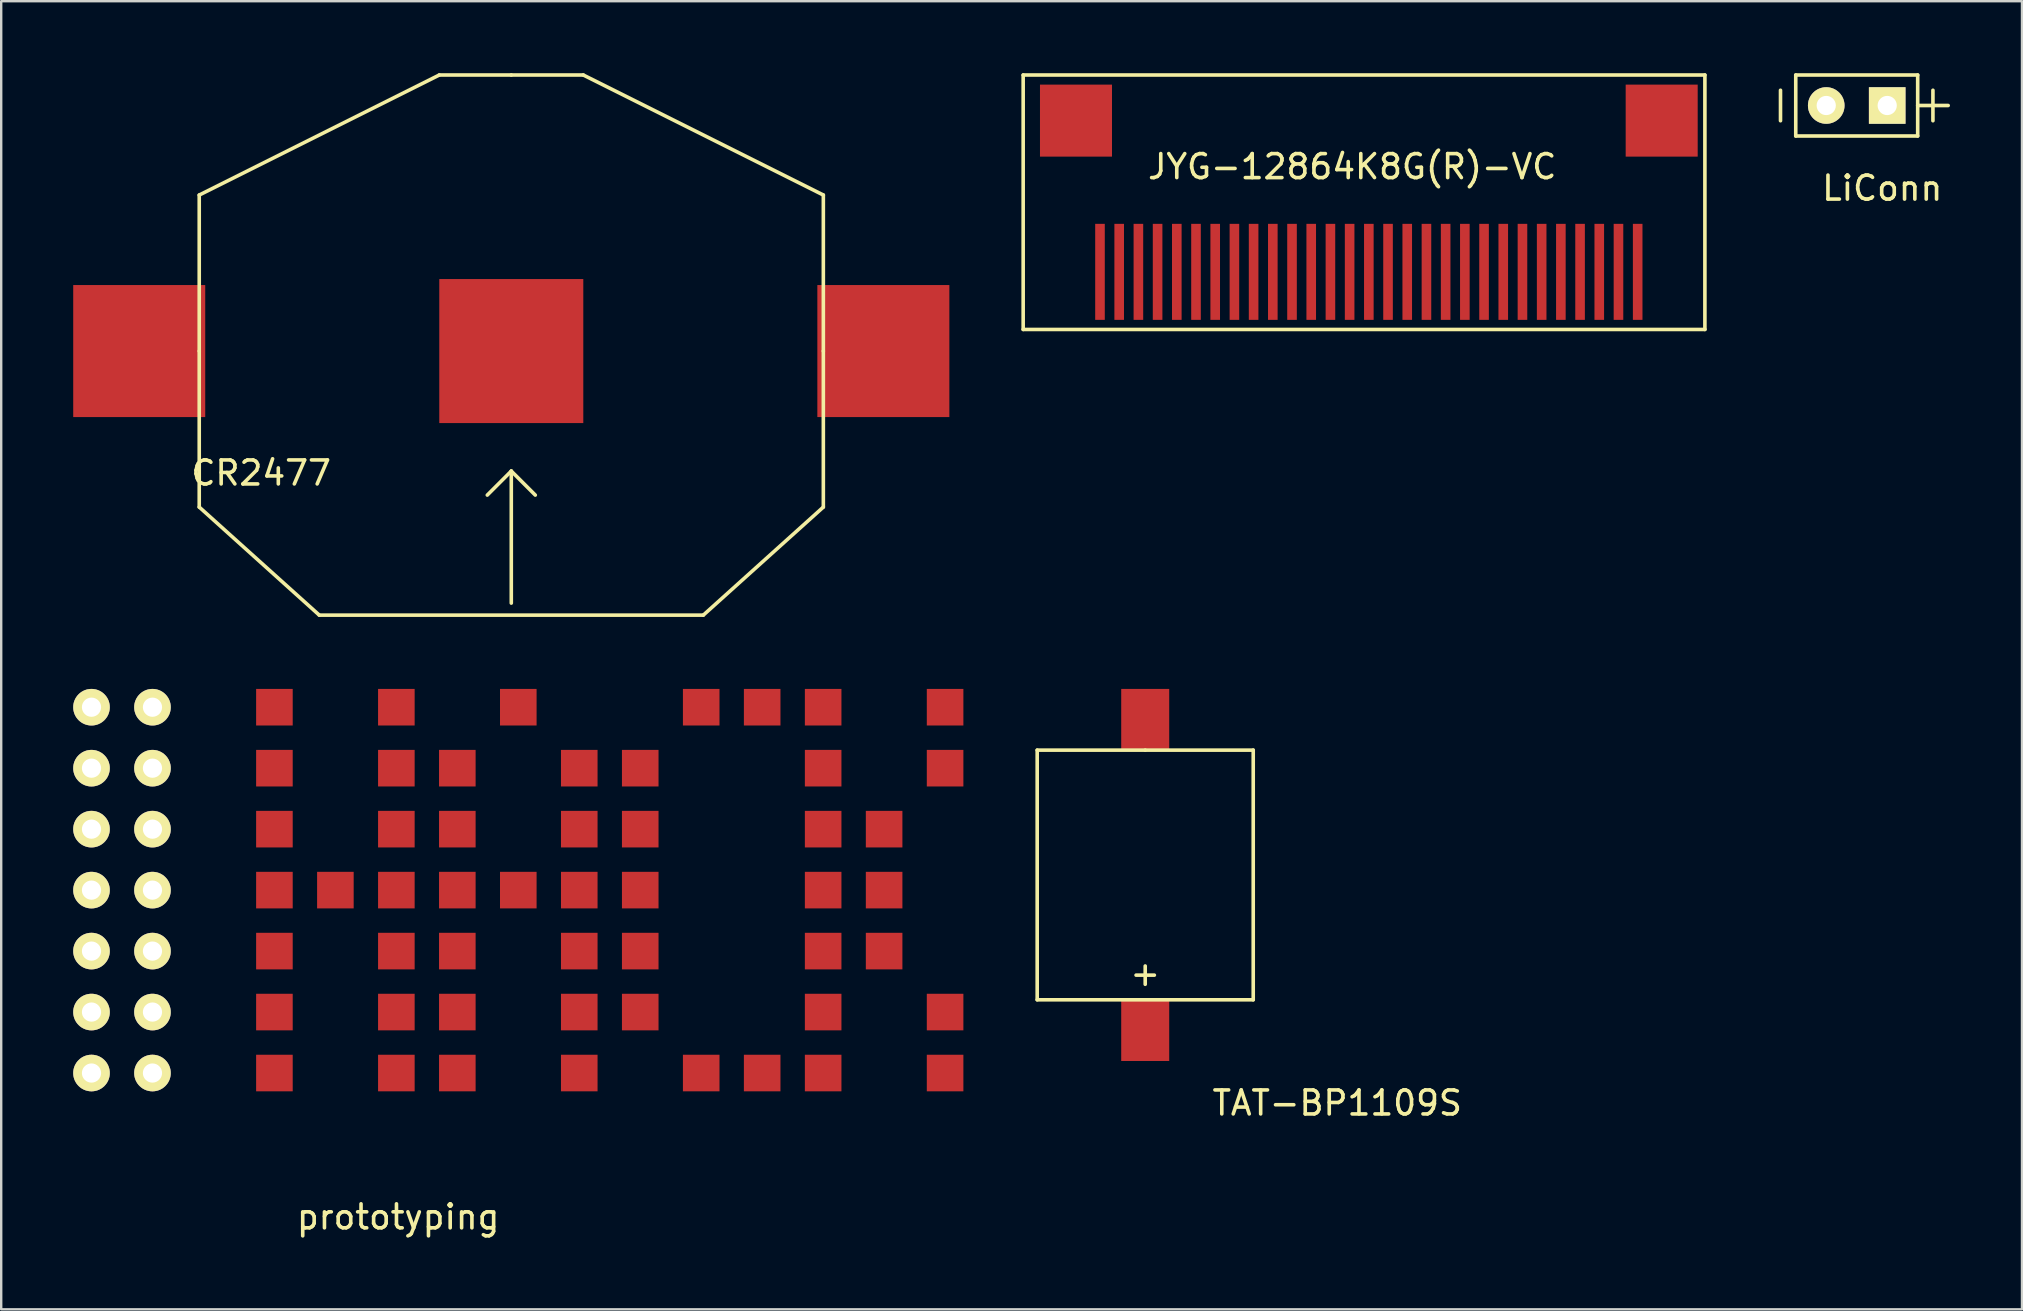
<source format=kicad_pcb>
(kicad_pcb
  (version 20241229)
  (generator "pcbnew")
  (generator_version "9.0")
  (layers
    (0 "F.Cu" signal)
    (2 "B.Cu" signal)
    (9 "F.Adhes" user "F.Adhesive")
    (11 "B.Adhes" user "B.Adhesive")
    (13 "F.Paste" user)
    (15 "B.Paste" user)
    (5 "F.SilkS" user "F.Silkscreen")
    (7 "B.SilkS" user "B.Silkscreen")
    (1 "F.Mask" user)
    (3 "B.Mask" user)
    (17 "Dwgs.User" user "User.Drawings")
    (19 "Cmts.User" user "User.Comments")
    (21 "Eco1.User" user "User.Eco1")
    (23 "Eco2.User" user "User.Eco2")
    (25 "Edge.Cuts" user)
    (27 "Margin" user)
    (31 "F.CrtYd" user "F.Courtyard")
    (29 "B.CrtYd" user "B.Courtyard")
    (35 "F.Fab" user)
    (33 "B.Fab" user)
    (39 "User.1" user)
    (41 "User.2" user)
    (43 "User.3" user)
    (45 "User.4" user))
  (footprint "prototyping"
    (layer "F.Cu")
    (at 10.922 46.732)
    (property "Reference" "prototyping" (at 2.616 0.914 0) (layer "F.SilkS") (effects (font (size 1 1) (thickness 0.15))))
    (attr through_hole)
    (pad "17" thru_hole circle (at -10.16 -5.08) (size 1.524 1.524) (drill 0.8) (layers "*.Cu" "*.Mask" "F.SilkS"))
    (pad "18" thru_hole circle (at -7.62 -5.08) (size 1.524 1.524) (drill 0.8) (layers "*.Cu" "*.Mask" "F.SilkS"))
    (pad "19" smd trapezoid (at -2.54 -17.78) (size 1.524 1.524) (layers "F.Cu" "F.Mask" "F.Paste"))
    (pad "20" smd trapezoid (at -2.54 -15.24) (size 1.524 1.524) (layers "F.Cu" "F.Mask" "F.Paste"))
    (pad "20" smd rect (at -2.54 -5.08) (size 1.524 1.524) (layers "F.Cu" "F.Mask" "F.Paste"))
    (pad "21" smd trapezoid (at -2.54 -12.7) (size 1.524 1.524) (layers "F.Cu" "F.Mask" "F.Paste"))
    (pad "22" smd trapezoid (at -2.54 -10.16) (size 1.524 1.524) (layers "F.Cu" "F.Mask" "F.Paste"))
    (pad "23" smd trapezoid (at -2.54 -7.62) (size 1.524 1.524) (layers "F.Cu" "F.Mask" "F.Paste"))
    (pad "24" smd trapezoid (at 0 -12.7) (size 1.524 1.524) (layers "F.Cu" "F.Mask" "F.Paste"))
    (pad "25" smd trapezoid (at 2.54 -12.7) (size 1.524 1.524) (layers "F.Cu" "F.Mask" "F.Paste"))
    (pad "26" smd trapezoid (at 2.54 -15.24) (size 1.524 1.524) (layers "F.Cu" "F.Mask" "F.Paste"))
    (pad "27" smd trapezoid (at 2.54 -17.78) (size 1.524 1.524) (layers "F.Cu" "F.Mask" "F.Paste"))
    (pad "28" smd trapezoid (at 2.54 -20.32) (size 1.524 1.524) (layers "F.Cu" "F.Mask" "F.Paste"))
    (pad "29" smd trapezoid (at 2.54 -10.16) (size 1.524 1.524) (layers "F.Cu" "F.Mask" "F.Paste"))
    (pad "30" smd trapezoid (at 2.54 -7.62) (size 1.524 1.524) (layers "F.Cu" "F.Mask" "F.Paste"))
    (pad "31" smd trapezoid (at 2.54 -5.08) (size 1.524 1.524) (layers "F.Cu" "F.Mask" "F.Paste"))
    (pad "31" smd trapezoid (at 25.4 -5.08) (size 1.524 1.524) (layers "F.Cu" "F.Mask" "F.Paste"))
    (pad "32" smd trapezoid (at 5.08 -5.08) (size 1.524 1.524) (layers "F.Cu" "F.Mask" "F.Paste"))
    (pad "33" thru_hole circle (at -10.16 -7.62) (size 1.524 1.524) (drill 0.8) (layers "*.Cu" "*.Mask" "F.SilkS"))
    (pad "33" smd trapezoid (at 5.08 -7.62) (size 1.524 1.524) (layers "F.Cu" "F.Mask" "F.Paste"))
    (pad "34" thru_hole circle (at -7.62 -7.62) (size 1.524 1.524) (drill 0.8) (layers "*.Cu" "*.Mask" "F.SilkS"))
    (pad "34" smd trapezoid (at 5.08 -10.16) (size 1.524 1.524) (layers "F.Cu" "F.Mask" "F.Paste"))
    (pad "35" smd trapezoid (at 5.08 -12.7) (size 1.524 1.524) (layers "F.Cu" "F.Mask" "F.Paste"))
    (pad "36" smd trapezoid (at 5.08 -15.24) (size 1.524 1.524) (layers "F.Cu" "F.Mask" "F.Paste"))
    (pad "37" smd trapezoid (at 7.62 -20.32) (size 1.524 1.524) (layers "F.Cu" "F.Mask" "F.Paste"))
    (pad "38" smd trapezoid (at 5.08 -17.78) (size 1.524 1.524) (layers "F.Cu" "F.Mask" "F.Paste"))
    (pad "39" smd trapezoid (at 10.16 -17.78) (size 1.524 1.524) (layers "F.Cu" "F.Mask" "F.Paste"))
    (pad "40" smd trapezoid (at 10.16 -15.24) (size 1.524 1.524) (layers "F.Cu" "F.Mask" "F.Paste"))
    (pad "41" smd trapezoid (at 10.16 -12.7) (size 1.524 1.524) (layers "F.Cu" "F.Mask" "F.Paste"))
    (pad "42" smd trapezoid (at 10.16 -10.16) (size 1.524 1.524) (layers "F.Cu" "F.Mask" "F.Paste"))
    (pad "43" smd trapezoid (at 10.16 -7.62) (size 1.524 1.524) (layers "F.Cu" "F.Mask" "F.Paste"))
    (pad "44" smd trapezoid (at 10.16 -5.08) (size 1.524 1.524) (layers "F.Cu" "F.Mask" "F.Paste"))
    (pad "45" smd trapezoid (at 7.62 -12.7) (size 1.524 1.524) (layers "F.Cu" "F.Mask" "F.Paste"))
    (pad "46" smd trapezoid (at 17.78 -20.32) (size 1.524 1.524) (layers "F.Cu" "F.Mask" "F.Paste"))
    (pad "47" smd trapezoid (at 15.24 -20.32) (size 1.524 1.524) (layers "F.Cu" "F.Mask" "F.Paste"))
    (pad "48" smd trapezoid (at 12.7 -17.78) (size 1.524 1.524) (layers "F.Cu" "F.Mask" "F.Paste"))
    (pad "49" thru_hole circle (at -10.16 -10.16) (size 1.524 1.524) (drill 0.8) (layers "*.Cu" "*.Mask" "F.SilkS"))
    (pad "49" smd trapezoid (at 12.7 -15.24) (size 1.524 1.524) (layers "F.Cu" "F.Mask" "F.Paste"))
    (pad "50" thru_hole circle (at -7.62 -10.16) (size 1.524 1.524) (drill 0.8) (layers "*.Cu" "*.Mask" "F.SilkS"))
    (pad "50" smd trapezoid (at 12.7 -12.7) (size 1.524 1.524) (layers "F.Cu" "F.Mask" "F.Paste"))
    (pad "51" smd trapezoid (at 12.7 -10.16) (size 1.524 1.524) (layers "F.Cu" "F.Mask" "F.Paste"))
    (pad "52" smd trapezoid (at 12.7 -7.62) (size 1.524 1.524) (layers "F.Cu" "F.Mask" "F.Paste"))
    (pad "53" smd trapezoid (at 15.24 -5.08) (size 1.524 1.524) (layers "F.Cu" "F.Mask" "F.Paste"))
    (pad "54" smd trapezoid (at 17.78 -5.08) (size 1.524 1.524) (layers "F.Cu" "F.Mask" "F.Paste"))
    (pad "55" smd trapezoid (at 20.32 -20.32) (size 1.524 1.524) (layers "F.Cu" "F.Mask" "F.Paste"))
    (pad "56" smd trapezoid (at 20.32 -17.78) (size 1.524 1.524) (layers "F.Cu" "F.Mask" "F.Paste"))
    (pad "57" smd trapezoid (at 20.32 -15.24) (size 1.524 1.524) (layers "F.Cu" "F.Mask" "F.Paste"))
    (pad "58" smd trapezoid (at 20.32 -12.7) (size 1.524 1.524) (layers "F.Cu" "F.Mask" "F.Paste"))
    (pad "59" smd trapezoid (at 20.32 -10.16) (size 1.524 1.524) (layers "F.Cu" "F.Mask" "F.Paste"))
    (pad "60" smd trapezoid (at 20.32 -7.62) (size 1.524 1.524) (layers "F.Cu" "F.Mask" "F.Paste"))
    (pad "61" smd trapezoid (at 20.32 -5.08) (size 1.524 1.524) (layers "F.Cu" "F.Mask" "F.Paste"))
    (pad "63" smd trapezoid (at 22.86 -15.24) (size 1.524 1.524) (layers "F.Cu" "F.Mask" "F.Paste"))
    (pad "64" smd trapezoid (at 22.86 -12.7) (size 1.524 1.524) (layers "F.Cu" "F.Mask" "F.Paste"))
    (pad "65" thru_hole circle (at -10.16 -12.7) (size 1.524 1.524) (drill 0.8) (layers "*.Cu" "*.Mask" "F.SilkS"))
    (pad "65" smd trapezoid (at 22.86 -10.16) (size 1.524 1.524) (layers "F.Cu" "F.Mask" "F.Paste"))
    (pad "66" thru_hole circle (at -7.62 -12.7) (size 1.524 1.524) (drill 0.8) (layers "*.Cu" "*.Mask" "F.SilkS"))
    (pad "66" smd trapezoid (at 25.4 -7.62) (size 1.524 1.524) (layers "F.Cu" "F.Mask" "F.Paste"))
    (pad "67" smd trapezoid (at 25.4 -17.78) (size 1.524 1.524) (layers "F.Cu" "F.Mask" "F.Paste"))
    (pad "81" thru_hole circle (at -10.16 -15.24) (size 1.524 1.524) (drill 0.8) (layers "*.Cu" "*.Mask" "F.SilkS"))
    (pad "82" thru_hole circle (at -7.62 -15.24) (size 1.524 1.524) (drill 0.8) (layers "*.Cu" "*.Mask" "F.SilkS"))
    (pad "97" thru_hole circle (at -10.16 -17.78) (size 1.524 1.524) (drill 0.8) (layers "*.Cu" "*.Mask" "F.SilkS"))
    (pad "98" thru_hole circle (at -7.62 -17.78) (size 1.524 1.524) (drill 0.8) (layers "*.Cu" "*.Mask" "F.SilkS"))
    (pad "113" thru_hole circle (at -10.16 -20.32) (size 1.524 1.524) (drill 0.8) (layers "*.Cu" "*.Mask" "F.SilkS"))
    (pad "114" thru_hole circle (at -7.62 -20.32) (size 1.524 1.524) (drill 0.8) (layers "*.Cu" "*.Mask" "F.SilkS"))
    (pad "116" smd trapezoid (at -2.54 -20.32) (size 1.524 1.524) (layers "F.Cu" "F.Mask" "F.Paste"))
    (pad "127" smd rect (at 25.4 -20.32) (size 1.524 1.524) (layers "F.Cu" "F.Mask" "F.Paste")))
  (footprint "TAT-BP1109S"
    (layer "F.Cu")
    (at 44.659 41.9)
    (property "Reference" "TAT-BP1109S" (at 8 1 0) (layer "F.SilkS") (effects (font (size 1 1) (thickness 0.15))))
    (attr through_hole)
    (fp_line (start -4.5 -13.7) (end -4.5 -3.3) (stroke (width 0.15) (type solid)) (layer "F.SilkS"))
    (fp_line (start -4.5 -3.3) (end 4.5 -3.3) (stroke (width 0.15) (type solid)) (layer "F.SilkS"))
    (fp_line (start 0 -13.7) (end -4.5 -13.7) (stroke (width 0.15) (type solid)) (layer "F.SilkS"))
    (fp_line (start 4.5 -13.7) (end 0 -13.7) (stroke (width 0.15) (type solid)) (layer "F.SilkS"))
    (fp_line (start 4.5 -3.3) (end 4.5 -13.7) (stroke (width 0.15) (type solid)) (layer "F.SilkS"))
    (fp_text user "+" (at 0 -4.4 0) (layer "F.SilkS") (effects (font (size 1 1) (thickness 0.15))))
    (pad "1" smd rect (at 0 -2) (size 2 2.5) (layers "F.Cu" "F.Mask" "F.Paste"))
    (pad "2" smd rect (at 0 -15) (size 2 2.5) (layers "F.Cu" "F.Mask" "F.Paste")))
  (footprint "JYG-12864K8G(R)-VC"
    (layer "F.Cu")
    (at 52.775 12.275)
    (property "Reference" "JYG-12864K8G(R)-VC" (at 0.508 -8.382 0) (layer "F.SilkS") (effects (font (size 1 1) (thickness 0.15))))
    (attr through_hole)
    (fp_line (start -13.2 -12.2) (end 15.2 -12.2) (stroke (width 0.15) (type solid)) (layer "F.SilkS"))
    (fp_line (start -13.2 -1.6) (end -13.2 -12.2) (stroke (width 0.15) (type solid)) (layer "F.SilkS"))
    (fp_line (start 15.2 -12.2) (end 15.2 -1.6) (stroke (width 0.15) (type solid)) (layer "F.SilkS"))
    (fp_line (start 15.2 -1.6) (end -13.2 -1.6) (stroke (width 0.15) (type solid)) (layer "F.SilkS"))
    (pad "0" smd rect (at 12.4 -4) (size 0.4 4) (layers "F.Cu" "F.Mask" "F.Paste"))
    (pad "1" smd rect (at 11.6 -4) (size 0.4 4) (layers "F.Cu" "F.Mask" "F.Paste"))
    (pad "2" smd rect (at 10.8 -4) (size 0.4 4) (layers "F.Cu" "F.Mask" "F.Paste"))
    (pad "3" smd rect (at 10 -4) (size 0.4 4) (layers "F.Cu" "F.Mask" "F.Paste"))
    (pad "4" smd rect (at 9.2 -4) (size 0.4 4) (layers "F.Cu" "F.Mask" "F.Paste"))
    (pad "5" smd rect (at 8.4 -4) (size 0.4 4) (layers "F.Cu" "F.Mask" "F.Paste"))
    (pad "6" smd rect (at 7.6 -4) (size 0.4 4) (layers "F.Cu" "F.Mask" "F.Paste"))
    (pad "7" smd rect (at 6.8 -4) (size 0.4 4) (layers "F.Cu" "F.Mask" "F.Paste"))
    (pad "8" smd rect (at 6 -4) (size 0.4 4) (layers "F.Cu" "F.Mask" "F.Paste"))
    (pad "9" smd rect (at 5.2 -4) (size 0.4 4) (layers "F.Cu" "F.Mask" "F.Paste"))
    (pad "10" smd rect (at 4.4 -4) (size 0.4 4) (layers "F.Cu" "F.Mask" "F.Paste"))
    (pad "11" smd rect (at 3.6 -4) (size 0.4 4) (layers "F.Cu" "F.Mask" "F.Paste"))
    (pad "12" smd rect (at 2.8 -4) (size 0.4 4) (layers "F.Cu" "F.Mask" "F.Paste"))
    (pad "13" smd rect (at 2 -4) (size 0.4 4) (layers "F.Cu" "F.Mask" "F.Paste"))
    (pad "14" smd rect (at 1.2 -4) (size 0.4 4) (layers "F.Cu" "F.Mask" "F.Paste"))
    (pad "15" smd rect (at 0.4 -4) (size 0.4 4) (layers "F.Cu" "F.Mask" "F.Paste"))
    (pad "16" smd rect (at -0.4 -4) (size 0.4 4) (layers "F.Cu" "F.Mask" "F.Paste"))
    (pad "17" smd rect (at -1.2 -4) (size 0.4 4) (layers "F.Cu" "F.Mask" "F.Paste"))
    (pad "18" smd rect (at -2 -4) (size 0.4 4) (layers "F.Cu" "F.Mask" "F.Paste"))
    (pad "19" smd rect (at -2.8 -4) (size 0.4 4) (layers "F.Cu" "F.Mask" "F.Paste"))
    (pad "20" smd rect (at -3.6 -4) (size 0.4 4) (layers "F.Cu" "F.Mask" "F.Paste"))
    (pad "21" smd rect (at -4.4 -4) (size 0.4 4) (layers "F.Cu" "F.Mask" "F.Paste"))
    (pad "22" smd rect (at -5.2 -4) (size 0.4 4) (layers "F.Cu" "F.Mask" "F.Paste"))
    (pad "23" smd rect (at -6 -4) (size 0.4 4) (layers "F.Cu" "F.Mask" "F.Paste"))
    (pad "24" smd rect (at -6.8 -4) (size 0.4 4) (layers "F.Cu" "F.Mask" "F.Paste"))
    (pad "25" smd rect (at -7.6 -4) (size 0.4 4) (layers "F.Cu" "F.Mask" "F.Paste"))
    (pad "26" smd rect (at -8.4 -4) (size 0.4 4) (layers "F.Cu" "F.Mask" "F.Paste"))
    (pad "27" smd rect (at -9.2 -4) (size 0.4 4) (layers "F.Cu" "F.Mask" "F.Paste"))
    (pad "28" smd rect (at -10 -4) (size 0.4 4) (layers "F.Cu" "F.Mask" "F.Paste"))
    (pad "29" smd rect (at 13.4 -10.3) (size 3 3) (layers "F.Cu" "F.Mask" "F.Paste"))
    (pad "30" smd rect (at -11 -10.3) (size 3 3) (layers "F.Cu" "F.Mask" "F.Paste")))
  (footprint "CR2477"
    (layer "F.Cu")
    (at 2.75 11.575)
    (property "Reference" "CR2477" (at 5.08 5.08 0) (layer "F.SilkS") (effects (font (size 1 1) (thickness 0.15))))
    (attr through_hole)
    (fp_line (start 2.5 0) (end 2.5 -6.5) (stroke (width 0.15) (type solid)) (layer "F.SilkS"))
    (fp_line (start 2.5 0) (end 2.5 6.5) (stroke (width 0.15) (type solid)) (layer "F.SilkS"))
    (fp_line (start 2.5 6.5) (end 7.5 11) (stroke (width 0.15) (type solid)) (layer "F.SilkS"))
    (fp_line (start 7.5 11) (end 23.5 11) (stroke (width 0.15) (type solid)) (layer "F.SilkS"))
    (fp_line (start 12.5 -11.5) (end 2.5 -6.5) (stroke (width 0.15) (type solid)) (layer "F.SilkS"))
    (fp_line (start 15.5 -11.5) (end 12.5 -11.5) (stroke (width 0.15) (type solid)) (layer "F.SilkS"))
    (fp_line (start 15.5 -11.5) (end 18.5 -11.5) (stroke (width 0.15) (type solid)) (layer "F.SilkS"))
    (fp_line (start 15.5 5) (end 14.5 6) (stroke (width 0.15) (type solid)) (layer "F.SilkS"))
    (fp_line (start 15.5 5) (end 16.5 6) (stroke (width 0.15) (type solid)) (layer "F.SilkS"))
    (fp_line (start 15.5 10.5) (end 15.5 5) (stroke (width 0.15) (type solid)) (layer "F.SilkS"))
    (fp_line (start 18.5 -11.5) (end 28.5 -6.5) (stroke (width 0.15) (type solid)) (layer "F.SilkS"))
    (fp_line (start 28.5 0) (end 28.5 -6.5) (stroke (width 0.15) (type solid)) (layer "F.SilkS"))
    (fp_line (start 28.5 0) (end 28.5 6.5) (stroke (width 0.15) (type solid)) (layer "F.SilkS"))
    (fp_line (start 28.5 6.5) (end 23.5 11) (stroke (width 0.15) (type solid)) (layer "F.SilkS"))
    (pad "1" smd rect (at 15.5 0) (size 6 6) (layers "F.Cu" "F.Mask" "F.Paste"))
    (pad "2" smd rect (at 0 0) (size 5.5 5.5) (layers "F.Cu" "F.Mask" "F.Paste"))
    (pad "2" smd rect (at 31 0) (size 5.5 5.5) (layers "F.Cu" "F.Mask" "F.Paste")))
  (footprint "LiConn"
    (layer "F.Cu")
    (at 73.03 1.345)
    (property "Reference" "LiConn" (at 2.334 3.444 0) (layer "F.SilkS") (effects (font (size 1 1) (thickness 0.15))))
    (attr through_hole)
    (fp_line (start -1.905 -0.635) (end -1.905 0.635) (stroke (width 0.15) (type solid)) (layer "F.SilkS"))
    (fp_line (start -1.27 -1.27) (end 3.81 -1.27) (stroke (width 0.15) (type solid)) (layer "F.SilkS"))
    (fp_line (start -1.27 1.27) (end -1.27 -1.27) (stroke (width 0.15) (type solid)) (layer "F.SilkS"))
    (fp_line (start 3.81 -1.27) (end 3.81 1.27) (stroke (width 0.15) (type solid)) (layer "F.SilkS"))
    (fp_line (start 3.81 0) (end 5.08 0) (stroke (width 0.15) (type solid)) (layer "F.SilkS"))
    (fp_line (start 3.81 1.27) (end -1.27 1.27) (stroke (width 0.15) (type solid)) (layer "F.SilkS"))
    (fp_line (start 4.445 0.635) (end 4.445 -0.635) (stroke (width 0.15) (type solid)) (layer "F.SilkS"))
    (pad "1" thru_hole circle (at 0 0) (size 1.524 1.524) (drill 0.8) (layers "*.Cu" "*.Mask" "F.SilkS"))
    (pad "2" thru_hole rect (at 2.54 0) (size 1.524 1.524) (drill 0.8) (layers "*.Cu" "*.Mask" "F.SilkS")))
  (gr_rect
    (start -3 -3)
    (end 81.185 51.495)
    (stroke (width 0.1) (type default))
    (fill no)
    (layer "Edge.Cuts")))
</source>
